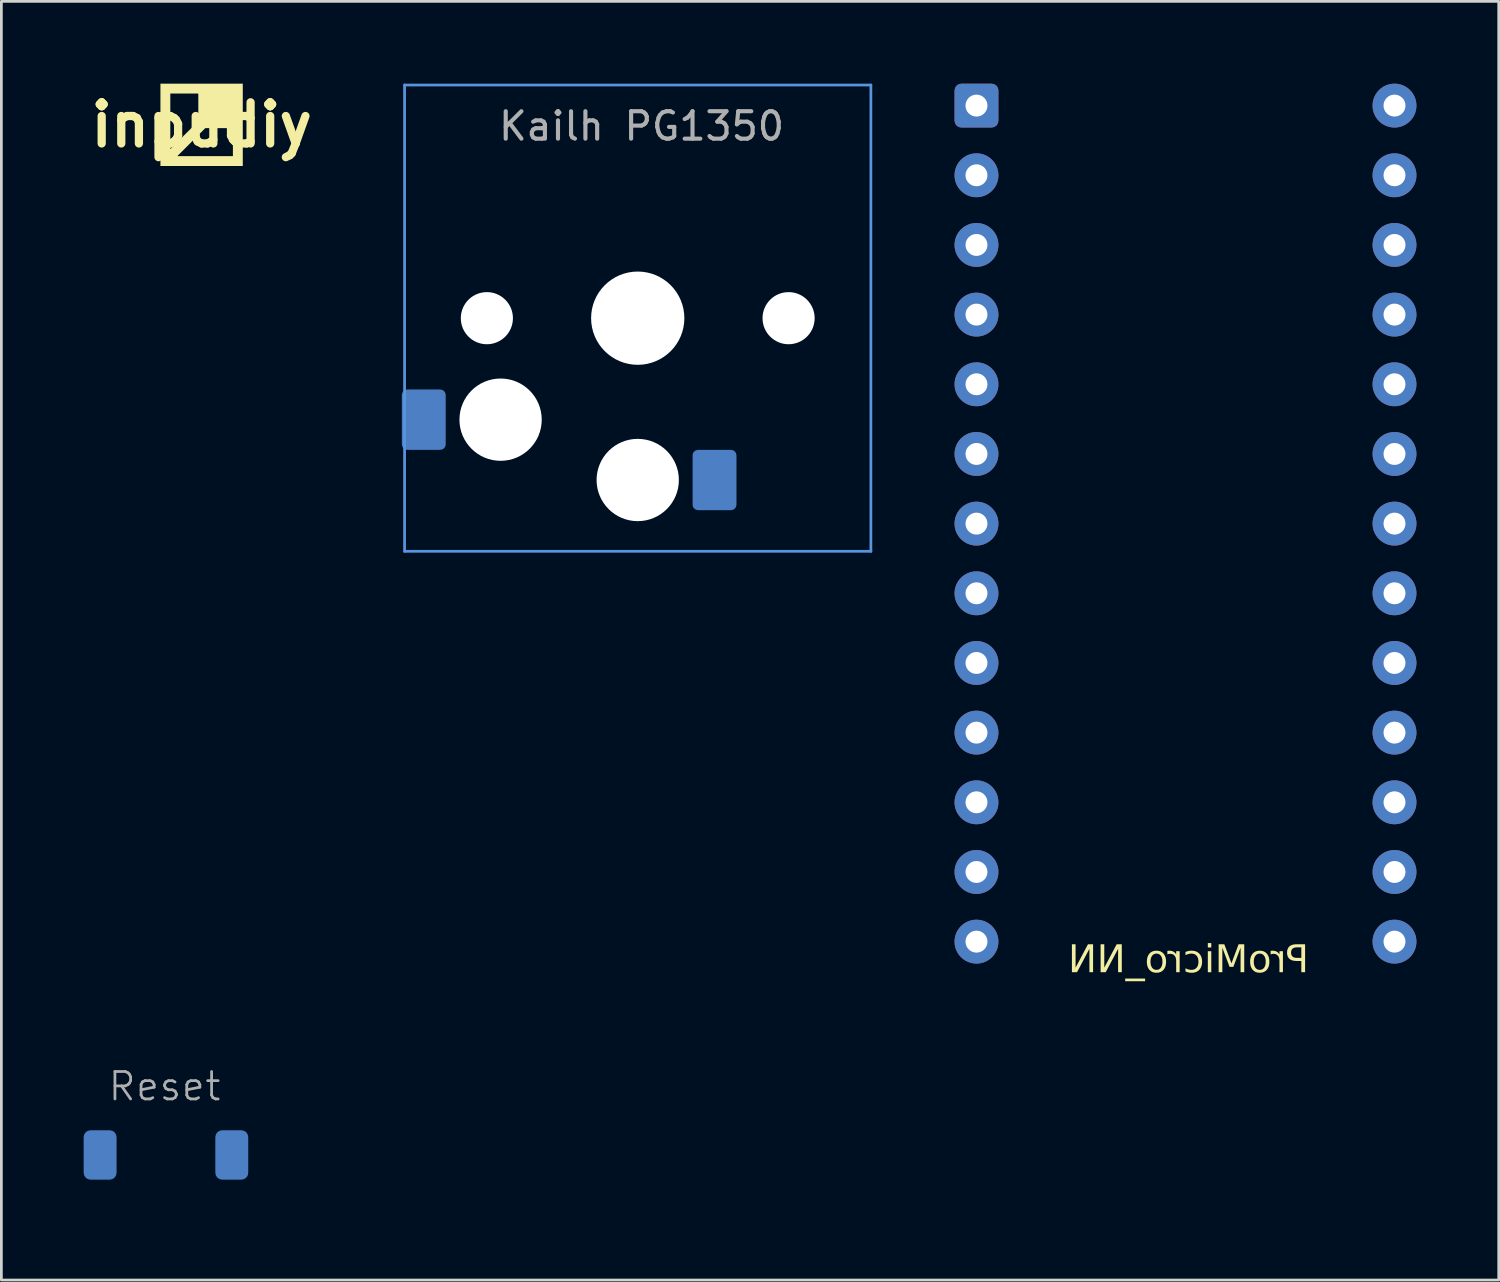
<source format=kicad_pcb>
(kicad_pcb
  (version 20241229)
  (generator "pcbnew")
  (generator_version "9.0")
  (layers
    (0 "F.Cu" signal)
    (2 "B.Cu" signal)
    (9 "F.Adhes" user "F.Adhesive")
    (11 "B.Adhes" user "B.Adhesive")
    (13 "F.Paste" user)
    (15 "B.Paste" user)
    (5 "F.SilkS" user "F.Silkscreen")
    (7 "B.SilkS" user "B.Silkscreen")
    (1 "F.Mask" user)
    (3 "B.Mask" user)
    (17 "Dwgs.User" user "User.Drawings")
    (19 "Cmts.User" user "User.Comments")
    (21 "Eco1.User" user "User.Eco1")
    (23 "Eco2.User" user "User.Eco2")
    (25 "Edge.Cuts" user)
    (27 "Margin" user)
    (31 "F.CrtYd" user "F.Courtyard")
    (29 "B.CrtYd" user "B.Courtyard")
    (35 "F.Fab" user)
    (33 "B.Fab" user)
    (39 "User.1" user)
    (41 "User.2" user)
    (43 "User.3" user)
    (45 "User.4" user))
  (footprint "Reset"
    (layer "F.Cu")
    (at 2.95 39.057)
    (property "Reference" "Reset" (at 0 -2.5 0) (unlocked yes) (layer "F.Fab") (effects (font (size 1 1) (thickness 0.1))))
    (attr smd)
    (fp_line (start -1.9 1.5) (end -1.9 -1.5) (stroke (width 0.12) (type solid)) (layer "Eco1.User"))
    (fp_line (start 2 -1.5) (end -1.9 -1.5) (stroke (width 0.12) (type solid)) (layer "Eco1.User"))
    (fp_line (start 2 1.5) (end -1.9 1.5) (stroke (width 0.12) (type solid)) (layer "Eco1.User"))
    (fp_line (start 2 1.5) (end 2 -1.5) (stroke (width 0.12) (type solid)) (layer "Eco1.User"))
    (pad "1" smd roundrect (at -2.35 0) (size 1.2 1.8) (layers "B.Cu" "B.Mask" "B.Paste") (roundrect_rratio 0.208))
    (pad "2" smd roundrect (at 2.45 0) (size 1.2 1.8) (layers "B.Cu" "B.Mask" "B.Paste") (roundrect_rratio 0.208)))
  (footprint "inpudiy"
    (layer "F.Cu")
    (at 4.3 1.501)
    (property "Reference" "inpudiy" (at 0 0 0) (layer "F.SilkS") (effects (font (size 1.5 1.5) (thickness 0.3))))
    (attr board_only exclude_from_pos_files exclude_from_bom)
    (fp_poly (pts (xy 1.501 0) (xy 1.501 1.501) (xy 0 1.501) (xy -1.501 1.501) (xy -1.501 1.141) (xy -0.885 1.141) (xy 0.128 1.141) (xy 1.141 1.141) (xy 1.141 0.63) (xy 1.141 0.12) (xy 0.638 0.12) (xy 0.134 0.12) (xy -0.375 0.63) (xy -0.885 1.141) (xy -1.501 1.141) (xy -1.501 0) (xy -1.501 -0.128) (xy -1.141 -0.128) (xy -1.141 0.885) (xy -0.63 0.375) (xy -0.12 -0.134) (xy -0.12 -0.638) (xy -0.12 -1.141) (xy -0.63 -1.141) (xy -1.141 -1.141) (xy -1.141 -0.128) (xy -1.501 -0.128) (xy -1.501 -1.501) (xy 0 -1.501) (xy 1.501 -1.501)) (stroke (width 0) (type solid)) (fill yes) (layer "F.SilkS")))
  (footprint "Kailh PG1350"
    (layer "F.Cu")
    (at 20.2 8.55)
    (property "Reference" "Kailh PG1350" (at 0.14 -7 0) (unlocked yes) (layer "F.Fab") (effects (font (size 1 1) (thickness 0.15))))
    (attr smd)
    (fp_line (start -8.5 -8.5) (end -8.5 8.5) (stroke (width 0.1) (type default)) (layer "Cmts.User"))
    (fp_line (start -8.5 -8.5) (end 8.5 -8.5) (stroke (width 0.1) (type default)) (layer "Cmts.User"))
    (fp_line (start -8.5 8.5) (end 8.5 8.5) (stroke (width 0.1) (type default)) (layer "Cmts.User"))
    (fp_line (start 8.5 8.5) (end 8.5 -8.5) (stroke (width 0.1) (type default)) (layer "Cmts.User"))
    (pad "" np_thru_hole circle (at -5.5 0) (size 1.9 1.9) (drill 1.9) (layers "*.Cu" "*.Mask"))
    (pad "" np_thru_hole circle (at -5 3.7) (size 3 3) (drill 3) (layers "*.Cu" "*.Mask"))
    (pad "" np_thru_hole circle (at 0 0) (size 3.4 3.4) (drill 3.4) (layers "*.Cu" "*.Mask"))
    (pad "" np_thru_hole circle (at 0 5.9) (size 3 3) (drill 3) (layers "*.Cu" "*.Mask"))
    (pad "" np_thru_hole circle (at 5.5 0) (size 1.9 1.9) (drill 1.9) (layers "*.Cu" "*.Mask"))
    (pad "1" smd roundrect (at -7.8 3.7 180) (size 1.6 2.2) (layers "B.Cu" "B.Mask" "B.Paste") (roundrect_rratio 0.125))
    (pad "2" smd roundrect (at 2.8 5.9 180) (size 1.6 2.2) (layers "B.Cu" "B.Mask" "B.Paste") (roundrect_rratio 0.125)))
  (footprint "ProMicro_NN"
    (layer "F.Cu")
    (at 40.55 15.92)
    (property "Reference" "ProMicro_NN" (at -0.27 16.06 0) (unlocked yes) (layer "F.SilkS") (effects (font (face "Fira Code") (size 1 1) (thickness 0.1)) (justify mirror)))
    (attr smd)
    (pad "" thru_hole roundrect (at -8 -15.12) (size 1.6 1.6) (drill 0.8) (layers "*.Cu" "*.Mask") (roundrect_rratio 0.156))
    (pad "" thru_hole circle (at 7.24 -15.12) (size 1.6 1.6) (drill 0.8) (layers "*.Cu" "*.Mask"))
    (pad "1" thru_hole circle (at -8 -12.58) (size 1.6 1.6) (drill 0.8) (layers "*.Cu" "*.Mask"))
    (pad "2" thru_hole circle (at -8 -10.04) (size 1.6 1.6) (drill 0.8) (layers "*.Cu" "*.Mask"))
    (pad "3" thru_hole circle (at -8 -7.5) (size 1.6 1.6) (drill 0.8) (layers "*.Cu" "*.Mask"))
    (pad "4" thru_hole circle (at -8 -4.96) (size 1.6 1.6) (drill 0.8) (layers "*.Cu" "*.Mask"))
    (pad "5" thru_hole circle (at -8 -2.42) (size 1.6 1.6) (drill 0.8) (layers "*.Cu" "*.Mask"))
    (pad "6" thru_hole circle (at -8 0.12) (size 1.6 1.6) (drill 0.8) (layers "*.Cu" "*.Mask"))
    (pad "7" thru_hole circle (at -8 2.66) (size 1.6 1.6) (drill 0.8) (layers "*.Cu" "*.Mask"))
    (pad "8" thru_hole circle (at -8 5.2) (size 1.6 1.6) (drill 0.8) (layers "*.Cu" "*.Mask"))
    (pad "9" thru_hole circle (at -8 7.74) (size 1.6 1.6) (drill 0.8) (layers "*.Cu" "*.Mask"))
    (pad "10" thru_hole circle (at -8 10.28) (size 1.6 1.6) (drill 0.8) (layers "*.Cu" "*.Mask"))
    (pad "11" thru_hole circle (at -8 12.82) (size 1.6 1.6) (drill 0.8) (layers "*.Cu" "*.Mask"))
    (pad "12" thru_hole circle (at -8 15.36) (size 1.6 1.6) (drill 0.8) (layers "*.Cu" "*.Mask"))
    (pad "13" thru_hole circle (at 7.24 15.36) (size 1.6 1.6) (drill 0.8) (layers "*.Cu" "*.Mask"))
    (pad "14" thru_hole circle (at 7.24 12.82) (size 1.6 1.6) (drill 0.8) (layers "*.Cu" "*.Mask"))
    (pad "15" thru_hole circle (at 7.24 10.28) (size 1.6 1.6) (drill 0.8) (layers "*.Cu" "*.Mask"))
    (pad "16" thru_hole circle (at 7.24 7.74) (size 1.6 1.6) (drill 0.8) (layers "*.Cu" "*.Mask"))
    (pad "17" thru_hole circle (at 7.24 5.2) (size 1.6 1.6) (drill 0.8) (layers "*.Cu" "*.Mask"))
    (pad "18" thru_hole circle (at 7.24 2.66) (size 1.6 1.6) (drill 0.8) (layers "*.Cu" "*.Mask"))
    (pad "19" thru_hole circle (at 7.24 0.12) (size 1.6 1.6) (drill 0.8) (layers "*.Cu" "*.Mask"))
    (pad "20" thru_hole circle (at 7.24 -2.42) (size 1.6 1.6) (drill 0.8) (layers "*.Cu" "*.Mask"))
    (pad "21" thru_hole circle (at 7.24 -4.96) (size 1.6 1.6) (drill 0.8) (layers "*.Cu" "*.Mask"))
    (pad "22" thru_hole circle (at 7.24 -7.5) (size 1.6 1.6) (drill 0.8) (layers "*.Cu" "*.Mask"))
    (pad "23" thru_hole circle (at 7.24 -10.04) (size 1.6 1.6) (drill 0.8) (layers "*.Cu" "*.Mask"))
    (pad "24" thru_hole circle (at 7.24 -12.58) (size 1.6 1.6) (drill 0.8) (layers "*.Cu" "*.Mask")))
  (gr_rect
    (start -3 -3)
    (end 51.59 43.617)
    (stroke (width 0.1) (type default))
    (fill no)
    (layer "Edge.Cuts")))
</source>
